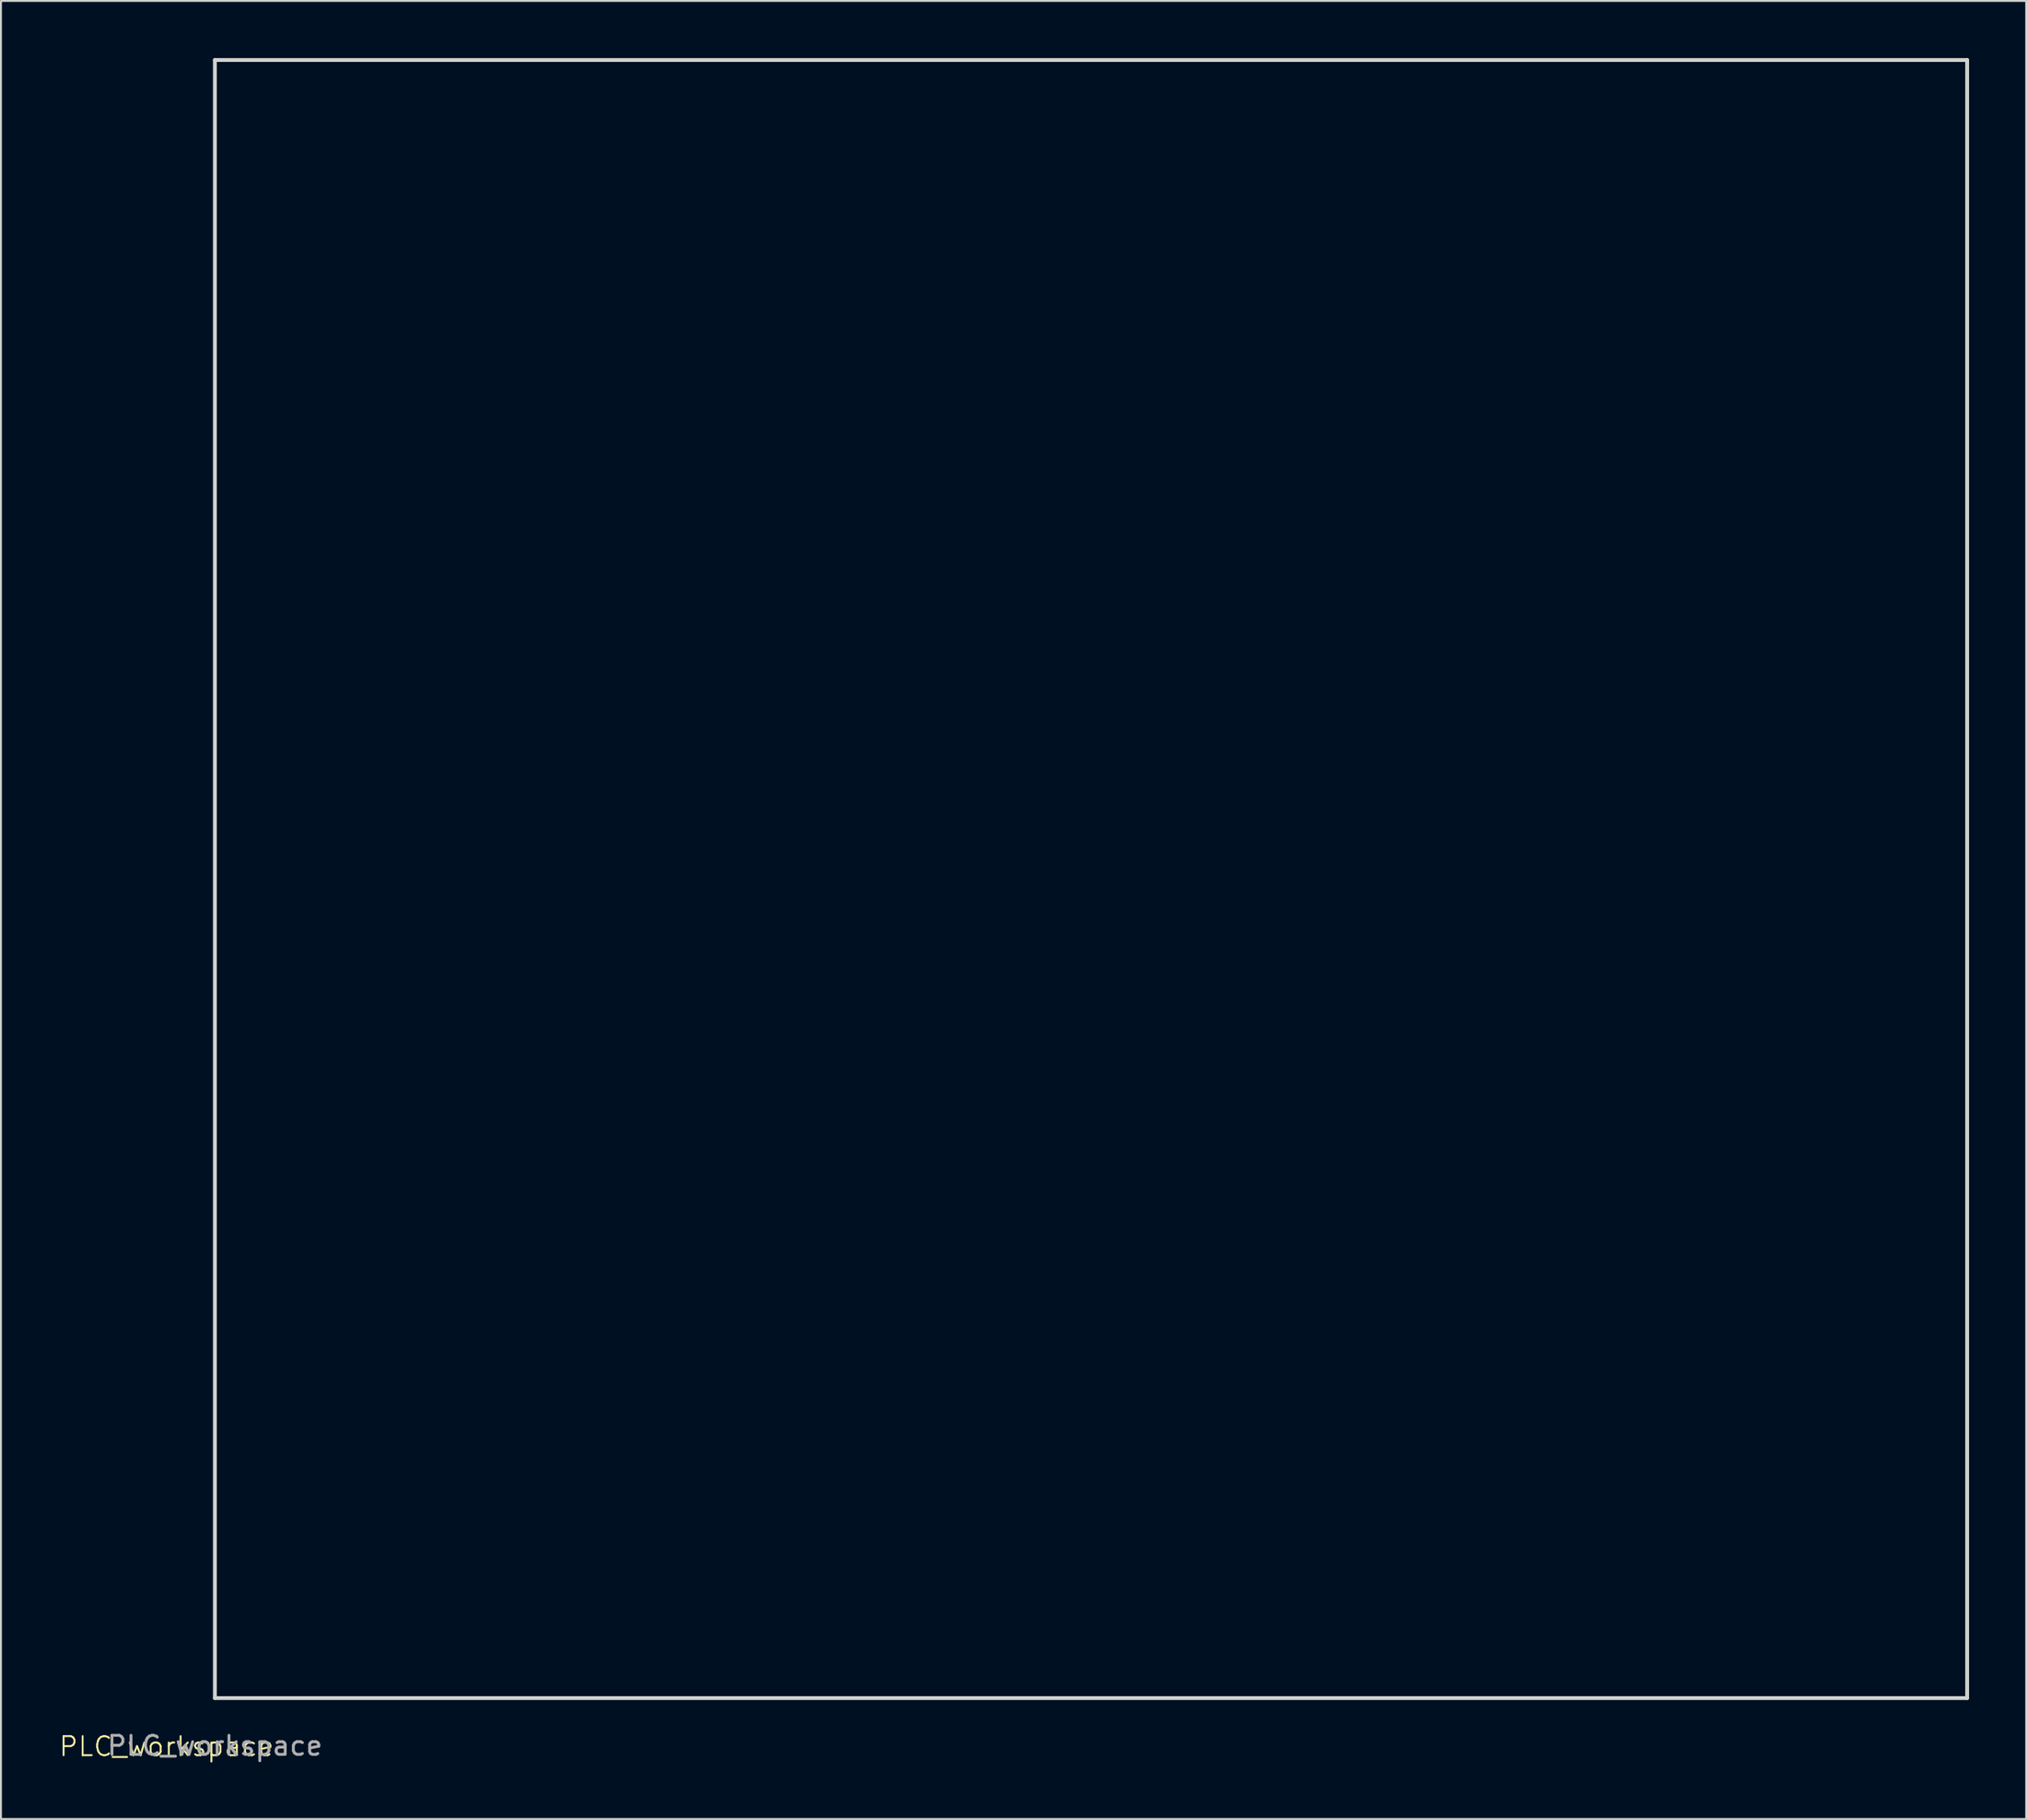
<source format=kicad_pcb>
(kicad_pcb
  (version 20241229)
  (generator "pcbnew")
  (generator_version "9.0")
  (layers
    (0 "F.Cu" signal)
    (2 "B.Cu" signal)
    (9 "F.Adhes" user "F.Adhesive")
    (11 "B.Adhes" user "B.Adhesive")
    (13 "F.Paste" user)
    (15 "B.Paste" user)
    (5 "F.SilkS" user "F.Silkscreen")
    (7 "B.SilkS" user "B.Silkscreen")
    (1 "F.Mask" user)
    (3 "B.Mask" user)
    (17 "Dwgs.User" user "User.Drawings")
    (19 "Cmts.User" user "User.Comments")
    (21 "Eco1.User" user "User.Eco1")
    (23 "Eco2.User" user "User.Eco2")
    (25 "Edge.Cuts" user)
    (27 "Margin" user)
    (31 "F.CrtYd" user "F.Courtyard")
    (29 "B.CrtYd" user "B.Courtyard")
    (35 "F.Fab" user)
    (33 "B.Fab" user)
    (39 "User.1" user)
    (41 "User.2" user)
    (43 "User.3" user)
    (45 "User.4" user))
  (footprint "PLC_workspace"
    (layer "F.Cu")
    (at 8.233 86.1)
    (property "Reference" "PLC_workspace" (at -2.54 2.54 0) (unlocked yes) (layer "F.SilkS") (effects (font (size 1 1) (thickness 0.1))))
    (fp_line (start 0 -86) (end 92 -86) (stroke (width 0.2) (type solid)) (layer "Edge.Cuts"))
    (fp_line (start 0 0) (end 0 -86) (stroke (width 0.2) (type solid)) (layer "Edge.Cuts"))
    (fp_line (start 92 -86) (end 92 0) (stroke (width 0.2) (type solid)) (layer "Edge.Cuts"))
    (fp_line (start 92 0) (end 0 0) (stroke (width 0.2) (type solid)) (layer "Edge.Cuts"))
    (fp_text user "${REFERENCE}" (at 0 2.5 0) (unlocked yes) (layer "F.Fab") (effects (font (size 1 1) (thickness 0.15)))))
  (gr_rect
    (start -3 -3)
    (end 103.333 92.448)
    (stroke (width 0.1) (type default))
    (fill no)
    (layer "Edge.Cuts")))
</source>
